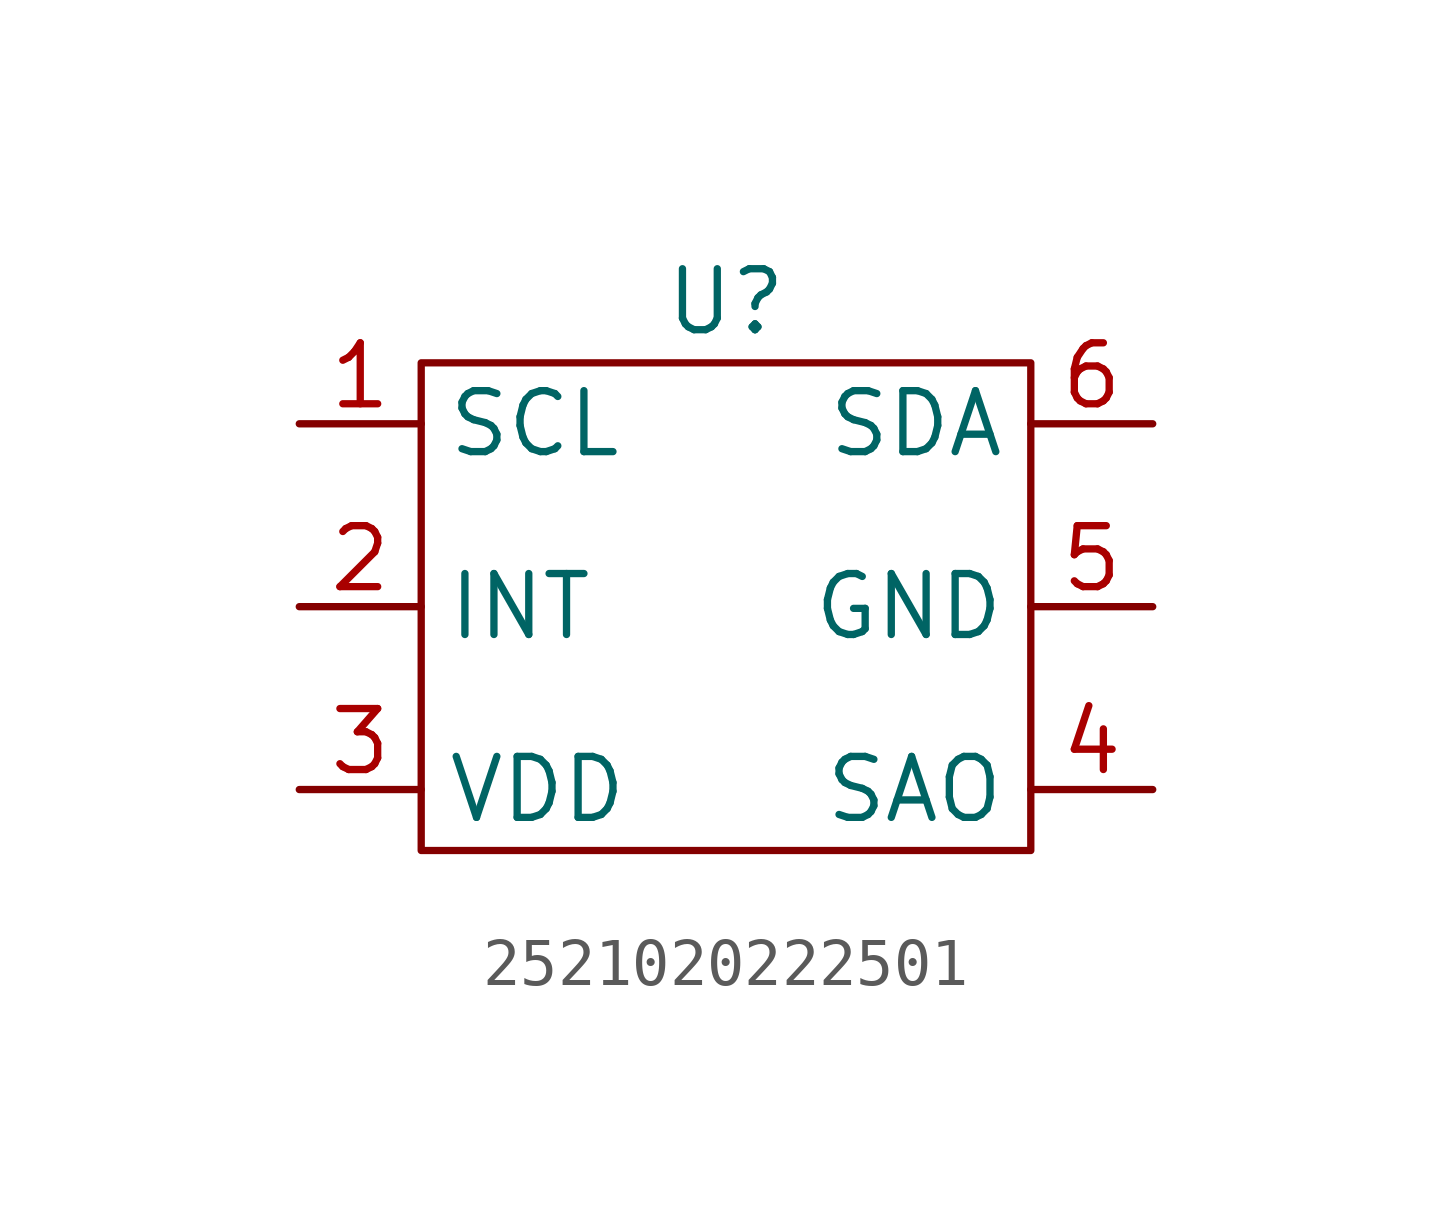
<source format=kicad_sym>
(kicad_symbol_lib
  (version 20220914)
  (generator kicad_symbol_editor)
  (symbol "2521020222501"
    (property "Reference" "U"
      (at 0 6.35 0)
      (effects (font (size 1.27 1.27))))
    (property "Critical Parameter" ""
      (at 0 -5.08 0)
      (effects (font (size 1.27 1.27)) (justify left)))
    (symbol "2521020222501_0_1"
      (rectangle (start -6.35 5.08) (end 6.35 -5.08) (stroke (width 0) (type default)) (fill (type none))))
    (symbol "2521020222501_1_1"
      (pin input line (at -8.89 3.81 0) (length 2.54) (name "SCL" (effects (font (size 1.27 1.27)))) (number "1" (effects (font (size 1.27 1.27)))))
      (pin output line (at -8.89 0 0) (length 2.54) (name "INT" (effects (font (size 1.27 1.27)))) (number "2" (effects (font (size 1.27 1.27)))))
      (pin power_in line (at -8.89 -3.81 0) (length 2.54) (name "VDD" (effects (font (size 1.27 1.27)))) (number "3" (effects (font (size 1.27 1.27)))))
      (pin input line (at 8.89 -3.81 180) (length 2.54) (name "SAO" (effects (font (size 1.27 1.27)))) (number "4" (effects (font (size 1.27 1.27)))))
      (pin power_in line (at 8.89 0 180) (length 2.54) (name "GND" (effects (font (size 1.27 1.27)))) (number "5" (effects (font (size 1.27 1.27)))))
      (pin bidirectional line (at 8.89 3.81 180) (length 2.54) (name "SDA" (effects (font (size 1.27 1.27)))) (number "6" (effects (font (size 1.27 1.27))))))))
</source>
